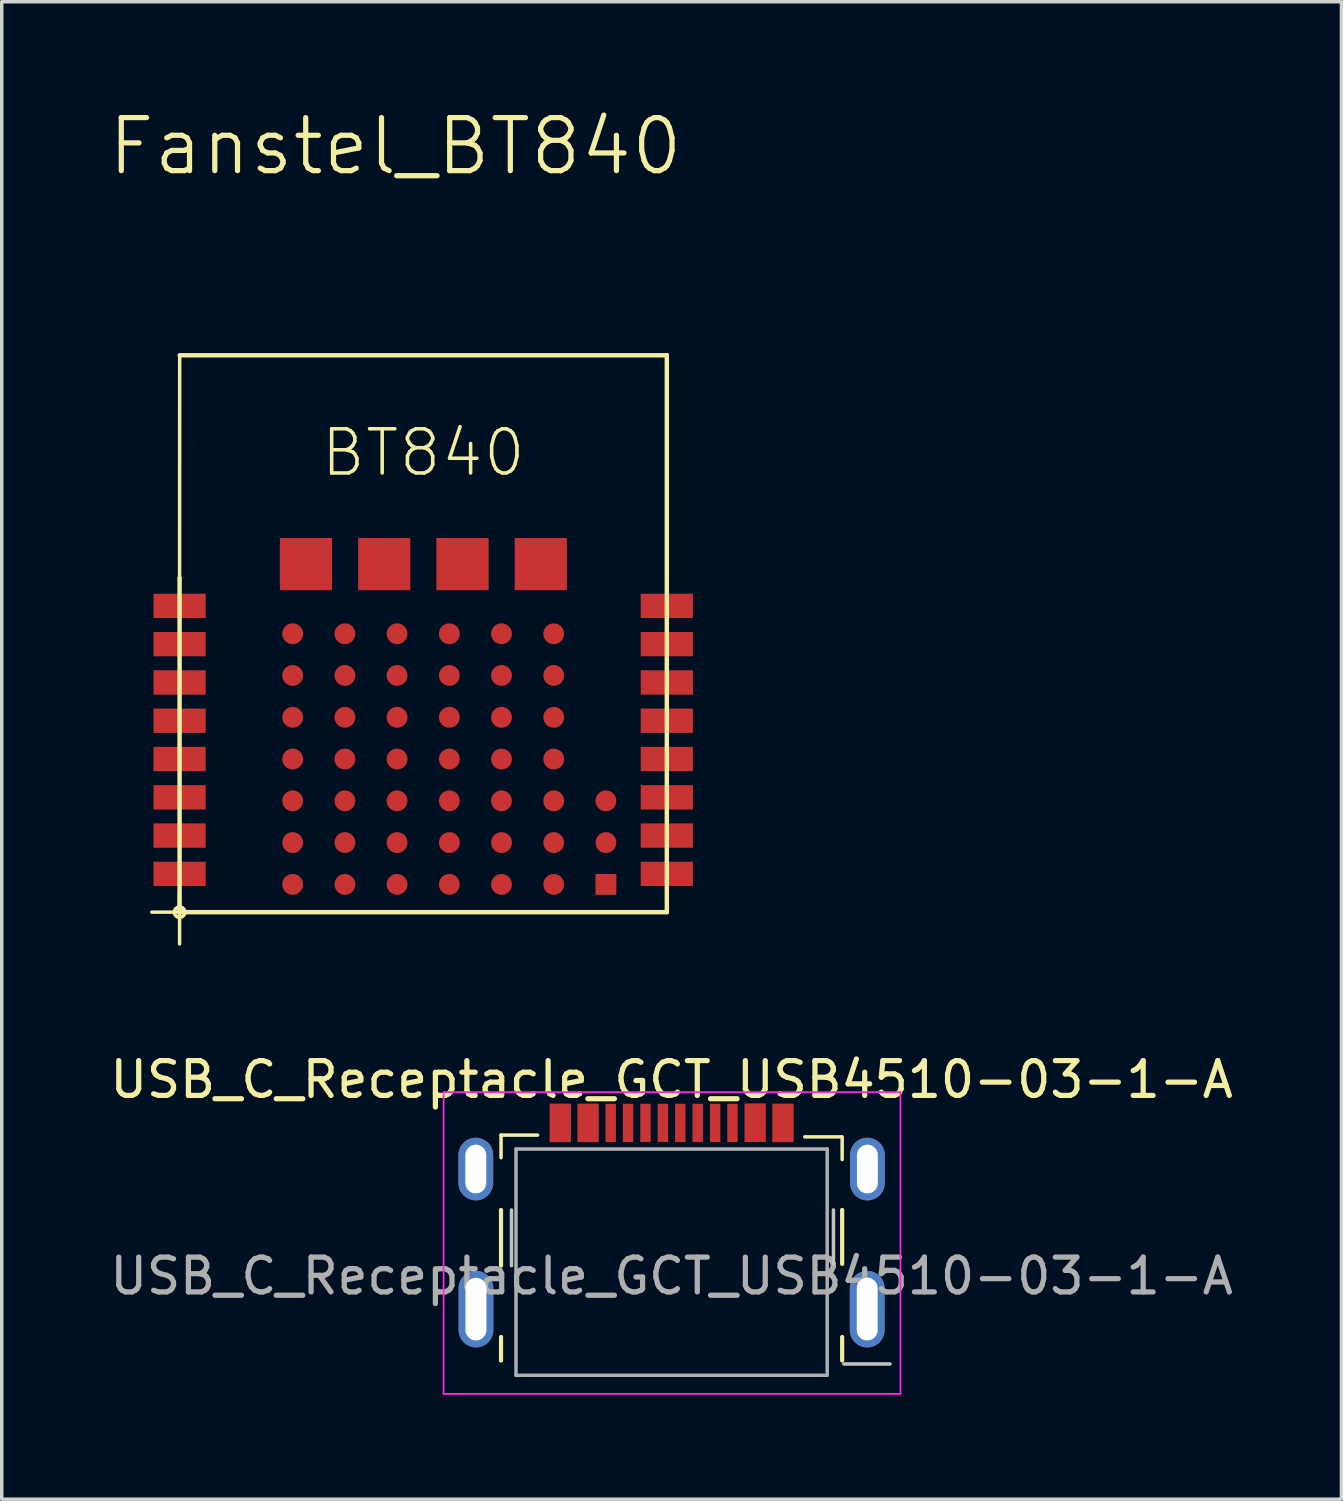
<source format=kicad_pcb>
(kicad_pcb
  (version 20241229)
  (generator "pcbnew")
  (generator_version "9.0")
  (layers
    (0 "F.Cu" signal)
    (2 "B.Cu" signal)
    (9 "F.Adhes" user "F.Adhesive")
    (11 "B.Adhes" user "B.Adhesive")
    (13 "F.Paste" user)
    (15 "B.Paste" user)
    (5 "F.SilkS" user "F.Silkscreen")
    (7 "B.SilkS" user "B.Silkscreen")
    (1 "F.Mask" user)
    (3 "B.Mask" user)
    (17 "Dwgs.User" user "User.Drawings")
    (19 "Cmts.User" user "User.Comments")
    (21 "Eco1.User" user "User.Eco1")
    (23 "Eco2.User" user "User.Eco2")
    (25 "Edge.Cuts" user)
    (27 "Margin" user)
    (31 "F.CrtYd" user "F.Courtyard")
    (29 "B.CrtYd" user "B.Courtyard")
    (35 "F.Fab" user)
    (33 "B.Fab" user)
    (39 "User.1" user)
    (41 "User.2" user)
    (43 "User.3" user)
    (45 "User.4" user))
  (footprint "USB_C_Receptacle_GCT_USB4510-03-1-A"
    (layer "F.Cu")
    (at 16.244 33.61)
    (property "Reference" "USB_C_Receptacle_GCT_USB4510-03-1-A" (at 0 -5.645 0) (layer "F.SilkS") (effects (font (size 1 1) (thickness 0.15))))
    (attr smd)
    (fp_line (start -4.9 -4.05) (end -4.9 -3.4) (stroke (width 0.1) (type default)) (layer "F.SilkS"))
    (fp_line (start -4.9 -1.9) (end -4.9 -0.3) (stroke (width 0.12) (type solid)) (layer "F.SilkS"))
    (fp_line (start -4.9 1.75) (end -4.9 2.425) (stroke (width 0.12) (type solid)) (layer "F.SilkS"))
    (fp_line (start -3.85 -4.05) (end -4.9 -4.05) (stroke (width 0.1) (type default)) (layer "F.SilkS"))
    (fp_line (start 3.825 -4) (end 4.875 -4) (stroke (width 0.1) (type default)) (layer "F.SilkS"))
    (fp_line (start 4.9 -4) (end 4.9 -3.35) (stroke (width 0.1) (type default)) (layer "F.SilkS"))
    (fp_line (start 4.9 -1.9) (end 4.9 -0.35) (stroke (width 0.12) (type solid)) (layer "F.SilkS"))
    (fp_line (start 4.9 1.75) (end 4.9 2.425) (stroke (width 0.12) (type solid)) (layer "F.SilkS"))
    (fp_line (start -4.6 -1.9) (end -4.6 -0.3) (stroke (width 0.1) (type default)) (layer "Dwgs.User"))
    (fp_line (start 4.65 -1.9) (end 4.65 -0.35) (stroke (width 0.1) (type default)) (layer "Dwgs.User"))
    (fp_line (start 4.95 2.525) (end 6.275 2.525) (stroke (width 0.1) (type default)) (layer "Dwgs.User"))
    (fp_line (start -6.55 -5.285) (end -6.55 3.385) (stroke (width 0.05) (type solid)) (layer "F.CrtYd"))
    (fp_line (start -6.55 -5.285) (end 6.575 -5.285) (stroke (width 0.05) (type solid)) (layer "F.CrtYd"))
    (fp_line (start -6.55 3.385) (end 6.575 3.385) (stroke (width 0.05) (type solid)) (layer "F.CrtYd"))
    (fp_line (start 6.575 -5.285) (end 6.575 3.385) (stroke (width 0.05) (type solid)) (layer "F.CrtYd"))
    (fp_line (start -4.47 -3.65) (end -4.47 2.85) (stroke (width 0.1) (type solid)) (layer "F.Fab"))
    (fp_line (start -4.47 -3.65) (end 4.47 -3.65) (stroke (width 0.1) (type solid)) (layer "F.Fab"))
    (fp_line (start -4.47 2.85) (end 4.47 2.85) (stroke (width 0.1) (type solid)) (layer "F.Fab"))
    (fp_line (start 4.47 -3.65) (end 4.47 2.85) (stroke (width 0.1) (type solid)) (layer "F.Fab"))
    (fp_text user "${REFERENCE}" (at 0 0 0) (layer "F.Fab") (effects (font (size 1 1) (thickness 0.15))))
    (pad "A1" smd rect (at -3.2 -4.4) (size 0.6 1.1) (layers "F.Cu" "F.Mask" "F.Paste"))
    (pad "A4" smd rect (at -2.4 -4.4) (size 0.6 1.1) (layers "F.Cu" "F.Mask" "F.Paste"))
    (pad "A5" smd rect (at -1.25 -4.4) (size 0.3 1.1) (layers "F.Cu" "F.Mask" "F.Paste"))
    (pad "A6" smd rect (at -0.25 -4.4) (size 0.3 1.1) (layers "F.Cu" "F.Mask" "F.Paste"))
    (pad "A7" smd rect (at 0.25 -4.4) (size 0.3 1.1) (layers "F.Cu" "F.Mask" "F.Paste"))
    (pad "A8" smd rect (at 1.25 -4.4) (size 0.3 1.1) (layers "F.Cu" "F.Mask" "F.Paste"))
    (pad "A9" smd rect (at 2.4 -4.405) (size 0.6 1.1) (layers "F.Cu" "F.Mask" "F.Paste"))
    (pad "A12" smd rect (at 3.2 -4.4) (size 0.6 1.1) (layers "F.Cu" "F.Mask" "F.Paste"))
    (pad "B1" smd rect (at 3.2 -4.4) (size 0.6 1.1) (layers "F.Cu" "F.Mask" "F.Paste"))
    (pad "B4" smd rect (at 2.4 -4.405) (size 0.6 1.1) (layers "F.Cu" "F.Mask" "F.Paste"))
    (pad "B5" smd rect (at 1.75 -4.4) (size 0.3 1.1) (layers "F.Cu" "F.Mask" "F.Paste"))
    (pad "B6" smd rect (at 0.75 -4.4) (size 0.3 1.1) (layers "F.Cu" "F.Mask" "F.Paste"))
    (pad "B7" smd rect (at -0.75 -4.4) (size 0.3 1.1) (layers "F.Cu" "F.Mask" "F.Paste"))
    (pad "B8" smd rect (at -1.75 -4.4) (size 0.3 1.1) (layers "F.Cu" "F.Mask" "F.Paste"))
    (pad "B9" smd rect (at -2.4 -4.4) (size 0.6 1.1) (layers "F.Cu" "F.Mask" "F.Paste"))
    (pad "B12" smd rect (at -3.2 -4.4) (size 0.6 1.1) (layers "F.Cu" "F.Mask" "F.Paste"))
    (pad "S1" thru_hole oval (at -5.625 -3.075) (size 1 1.8) (drill oval 0.6 1.4) (layers "*.Cu" "*.Mask"))
    (pad "S1" thru_hole oval (at -5.62 0.95) (size 1 2.2) (drill oval 0.6 1.8) (layers "*.Cu" "*.Mask"))
    (pad "S1" thru_hole oval (at 5.62 0.95) (size 1 2.2) (drill oval 0.6 1.8) (layers "*.Cu" "*.Mask"))
    (pad "S1" thru_hole oval (at 5.625 -3.075) (size 1 1.8) (drill oval 0.6 1.4) (layers "*.Cu" "*.Mask")))
  (footprint "Fanstel_BT840"
    (layer "F.Cu")
    (at 2.109 23.155)
    (property "Reference" "Fanstel_BT840" (at 6.2 -22 0) (layer "F.SilkS") (effects (font (size 1.524 1.524) (thickness 0.15))))
    (attr smd)
    (fp_line (start -0.798 0) (end 0 0) (stroke (width 0.1) (type solid)) (layer "F.SilkS"))
    (fp_line (start -0.005 -0.003) (end -0.005 -0.521) (stroke (width 0.1) (type solid)) (layer "F.SilkS"))
    (fp_line (start 0 -9.599) (end 0.003 -15.999) (stroke (width 0.1) (type default)) (layer "F.SilkS"))
    (fp_line (start 0 -0.254) (end 0 -0.15) (stroke (width 0.1) (type solid)) (layer "F.SilkS"))
    (fp_line (start 0 -0.15) (end 0 0) (stroke (width 0.1) (type solid)) (layer "F.SilkS"))
    (fp_line (start 0 0) (end 0 -9.599) (stroke (width 0.127) (type solid)) (layer "F.SilkS"))
    (fp_line (start 0 0) (end 0 0) (stroke (width 0.1) (type solid)) (layer "F.SilkS"))
    (fp_line (start 0 0) (end 12.598 0) (stroke (width 0.1) (type solid)) (layer "F.SilkS"))
    (fp_line (start 0 0.15) (end 0 0) (stroke (width 0.1) (type solid)) (layer "F.SilkS"))
    (fp_line (start 0 0.912) (end 0 0.15) (stroke (width 0.1) (type solid)) (layer "F.SilkS"))
    (fp_line (start 0.003 -15.999) (end 14 -15.999) (stroke (width 0.127) (type solid)) (layer "F.SilkS"))
    (fp_line (start 12.598 0) (end 0 0) (stroke (width 0.1) (type solid)) (layer "F.SilkS"))
    (fp_line (start 12.598 0) (end 12.598 0) (stroke (width 0.1) (type solid)) (layer "F.SilkS"))
    (fp_line (start 13.995 -15.997) (end 13.995 -9.723) (stroke (width 0.1) (type solid)) (layer "F.SilkS"))
    (fp_line (start 13.998 -15.999) (end 13.998 0) (stroke (width 0.127) (type solid)) (layer "F.SilkS"))
    (fp_line (start 13.998 0) (end 0 0) (stroke (width 0.127) (type solid)) (layer "F.SilkS"))
    (fp_line (start 14 -15.999) (end 13.998 -15.999) (stroke (width 0.1) (type solid)) (layer "F.SilkS"))
    (fp_line (start 14 -0.589) (end 14 -0.008) (stroke (width 0.1) (type solid)) (layer "F.SilkS"))
    (fp_arc (start 0 -0.14986) (mid 0.14986 0) (end 0 0.14986) (stroke (width 0.1) (type solid)) (layer "F.SilkS"))
    (fp_arc (start 0 0.14986) (mid -0.14986 0) (end 0 -0.14986) (stroke (width 0.1) (type solid)) (layer "F.SilkS"))
    (fp_text user "BT840" (at 7 -13.2 0) (layer "F.SilkS") (effects (font (size 1.27 1.27) (thickness 0.102))))
    (pad "1" smd rect (at 0 -8.799 180) (size 1.499 0.699) (layers "F.Cu" "F.Mask" "F.Paste"))
    (pad "2" smd rect (at 0 -7.699) (size 1.499 0.699) (layers "F.Cu" "F.Mask" "F.Paste"))
    (pad "3" smd rect (at 0 -6.599) (size 1.499 0.699) (layers "F.Cu" "F.Mask" "F.Paste"))
    (pad "4" smd rect (at 0 -5.499) (size 1.499 0.699) (layers "F.Cu" "F.Mask" "F.Paste"))
    (pad "5" smd rect (at 0 -4.399) (size 1.499 0.699) (layers "F.Cu" "F.Mask" "F.Paste"))
    (pad "6" smd rect (at 0 -3.299) (size 1.499 0.699) (layers "F.Cu" "F.Mask" "F.Paste"))
    (pad "7" smd rect (at 0 -2.2) (size 1.499 0.699) (layers "F.Cu" "F.Mask" "F.Paste"))
    (pad "8" smd rect (at 0 -1.1) (size 1.499 0.699) (layers "F.Cu" "F.Mask" "F.Paste"))
    (pad "9" smd rect (at 13.998 -1.1) (size 1.499 0.699) (layers "F.Cu" "F.Mask" "F.Paste"))
    (pad "10" smd rect (at 13.998 -2.2) (size 1.499 0.699) (layers "F.Cu" "F.Mask" "F.Paste"))
    (pad "11" smd rect (at 13.998 -3.299) (size 1.499 0.699) (layers "F.Cu" "F.Mask" "F.Paste"))
    (pad "12" smd rect (at 13.998 -4.399) (size 1.499 0.699) (layers "F.Cu" "F.Mask" "F.Paste"))
    (pad "13" smd rect (at 13.998 -5.499) (size 1.499 0.699) (layers "F.Cu" "F.Mask" "F.Paste"))
    (pad "14" smd rect (at 13.998 -6.599) (size 1.499 0.699) (layers "F.Cu" "F.Mask" "F.Paste"))
    (pad "15" smd rect (at 13.998 -7.699) (size 1.499 0.699) (layers "F.Cu" "F.Mask" "F.Paste"))
    (pad "16" smd rect (at 13.998 -8.799) (size 1.499 0.699) (layers "F.Cu" "F.Mask" "F.Paste"))
    (pad "A0" smd circle (at 4.75 -7.998 180) (size 0.599 0.599) (layers "F.Cu" "F.Mask" "F.Paste"))
    (pad "A1" smd circle (at 4.75 -6.8 180) (size 0.599 0.599) (layers "F.Cu" "F.Mask" "F.Paste"))
    (pad "A2" smd circle (at 4.75 -5.598 180) (size 0.599 0.599) (layers "F.Cu" "F.Mask" "F.Paste"))
    (pad "A3" smd circle (at 4.75 -4.399 180) (size 0.599 0.599) (layers "F.Cu" "F.Mask" "F.Paste"))
    (pad "A4" smd circle (at 4.75 -3.198 180) (size 0.599 0.599) (layers "F.Cu" "F.Mask" "F.Paste"))
    (pad "A5" smd circle (at 4.75 -1.999) (size 0.599 0.599) (layers "F.Cu" "F.Mask" "F.Paste"))
    (pad "A6" smd circle (at 4.75 -0.798) (size 0.599 0.599) (layers "F.Cu" "F.Mask" "F.Paste"))
    (pad "B0" smd circle (at 6.248 -7.998 180) (size 0.599 0.599) (layers "F.Cu" "F.Mask" "F.Paste"))
    (pad "B1" smd circle (at 6.248 -6.8 180) (size 0.599 0.599) (layers "F.Cu" "F.Mask" "F.Paste"))
    (pad "B2" smd circle (at 6.248 -5.598 180) (size 0.599 0.599) (layers "F.Cu" "F.Mask" "F.Paste"))
    (pad "B3" smd circle (at 6.248 -4.399 180) (size 0.599 0.599) (layers "F.Cu" "F.Mask" "F.Paste"))
    (pad "B4" smd circle (at 6.248 -3.198 180) (size 0.599 0.599) (layers "F.Cu" "F.Mask" "F.Paste"))
    (pad "B5" smd circle (at 6.248 -1.999 180) (size 0.599 0.599) (layers "F.Cu" "F.Mask" "F.Paste"))
    (pad "B6" smd circle (at 6.248 -0.798 180) (size 0.599 0.599) (layers "F.Cu" "F.Mask" "F.Paste"))
    (pad "C0" smd circle (at 7.75 -7.998 180) (size 0.599 0.599) (layers "F.Cu" "F.Mask" "F.Paste"))
    (pad "C1" smd circle (at 7.75 -6.8 180) (size 0.599 0.599) (layers "F.Cu" "F.Mask" "F.Paste"))
    (pad "C2" smd circle (at 7.75 -5.598 180) (size 0.599 0.599) (layers "F.Cu" "F.Mask" "F.Paste"))
    (pad "C3" smd circle (at 7.75 -4.399 180) (size 0.599 0.599) (layers "F.Cu" "F.Mask" "F.Paste"))
    (pad "C4" smd circle (at 7.75 -3.198 180) (size 0.599 0.599) (layers "F.Cu" "F.Mask" "F.Paste"))
    (pad "C5" smd circle (at 7.75 -1.999 180) (size 0.599 0.599) (layers "F.Cu" "F.Mask" "F.Paste"))
    (pad "C6" smd circle (at 7.75 -0.798 180) (size 0.599 0.599) (layers "F.Cu" "F.Mask" "F.Paste"))
    (pad "D0" smd circle (at 9.248 -7.998 180) (size 0.599 0.599) (layers "F.Cu" "F.Mask" "F.Paste"))
    (pad "D1" smd circle (at 9.248 -6.8 180) (size 0.599 0.599) (layers "F.Cu" "F.Mask" "F.Paste"))
    (pad "D2" smd circle (at 9.248 -5.598 180) (size 0.599 0.599) (layers "F.Cu" "F.Mask" "F.Paste"))
    (pad "D3" smd circle (at 9.248 -4.399 180) (size 0.599 0.599) (layers "F.Cu" "F.Mask" "F.Paste"))
    (pad "D4" smd circle (at 9.248 -3.198 180) (size 0.599 0.599) (layers "F.Cu" "F.Mask" "F.Paste"))
    (pad "D5" smd circle (at 9.248 -1.999 180) (size 0.599 0.599) (layers "F.Cu" "F.Mask" "F.Paste"))
    (pad "D6" smd circle (at 9.248 -0.798 180) (size 0.599 0.599) (layers "F.Cu" "F.Mask" "F.Paste"))
    (pad "E0" smd circle (at 10.749 -7.998 180) (size 0.599 0.599) (layers "F.Cu" "F.Mask" "F.Paste"))
    (pad "E1" smd circle (at 10.749 -6.8 180) (size 0.599 0.599) (layers "F.Cu" "F.Mask" "F.Paste"))
    (pad "E2" smd circle (at 10.749 -5.598 180) (size 0.599 0.599) (layers "F.Cu" "F.Mask" "F.Paste"))
    (pad "E3" smd circle (at 10.749 -4.399 180) (size 0.599 0.599) (layers "F.Cu" "F.Mask" "F.Paste"))
    (pad "E4" smd circle (at 10.749 -3.198 180) (size 0.599 0.599) (layers "F.Cu" "F.Mask" "F.Paste"))
    (pad "E5" smd circle (at 10.749 -1.999) (size 0.599 0.599) (layers "F.Cu" "F.Mask" "F.Paste"))
    (pad "E6" smd circle (at 10.749 -0.798) (size 0.599 0.599) (layers "F.Cu" "F.Mask" "F.Paste"))
    (pad "F0" smd rect (at 3.63 -10) (size 1.499 1.499) (layers "F.Cu" "F.Mask" "F.Paste"))
    (pad "F1" smd rect (at 5.878 -10) (size 1.499 1.499) (layers "F.Cu" "F.Mask" "F.Paste"))
    (pad "F2" smd rect (at 8.128 -10) (size 1.499 1.499) (layers "F.Cu" "F.Mask" "F.Paste"))
    (pad "F3" smd rect (at 10.378 -10) (size 1.499 1.499) (layers "F.Cu" "F.Mask" "F.Paste"))
    (pad "F4" smd circle (at 12.248 -3.198 180) (size 0.599 0.599) (layers "F.Cu" "F.Mask" "F.Paste"))
    (pad "F5" smd circle (at 12.248 -1.999) (size 0.599 0.599) (layers "F.Cu" "F.Mask" "F.Paste"))
    (pad "F6" smd rect (at 12.248 -0.798) (size 0.599 0.599) (layers "F.Cu" "F.Mask" "F.Paste"))
    (pad "Z0" smd circle (at 3.249 -7.998 180) (size 0.599 0.599) (layers "F.Cu" "F.Mask" "F.Paste"))
    (pad "Z1" smd circle (at 3.249 -6.8 180) (size 0.599 0.599) (layers "F.Cu" "F.Mask" "F.Paste"))
    (pad "Z2" smd circle (at 3.249 -5.598 180) (size 0.599 0.599) (layers "F.Cu" "F.Mask" "F.Paste"))
    (pad "Z3" smd circle (at 3.249 -4.399 180) (size 0.599 0.599) (layers "F.Cu" "F.Mask" "F.Paste"))
    (pad "Z4" smd circle (at 3.249 -3.198 180) (size 0.599 0.599) (layers "F.Cu" "F.Mask" "F.Paste"))
    (pad "Z5" smd circle (at 3.249 -1.999) (size 0.599 0.599) (layers "F.Cu" "F.Mask" "F.Paste"))
    (pad "Z6" smd circle (at 3.249 -0.798) (size 0.599 0.599) (layers "F.Cu" "F.Mask" "F.Paste")))
  (gr_rect
    (start -3 -3)
    (end 35.488 40.02)
    (stroke (width 0.1) (type default))
    (fill no)
    (layer "Edge.Cuts")))
</source>
